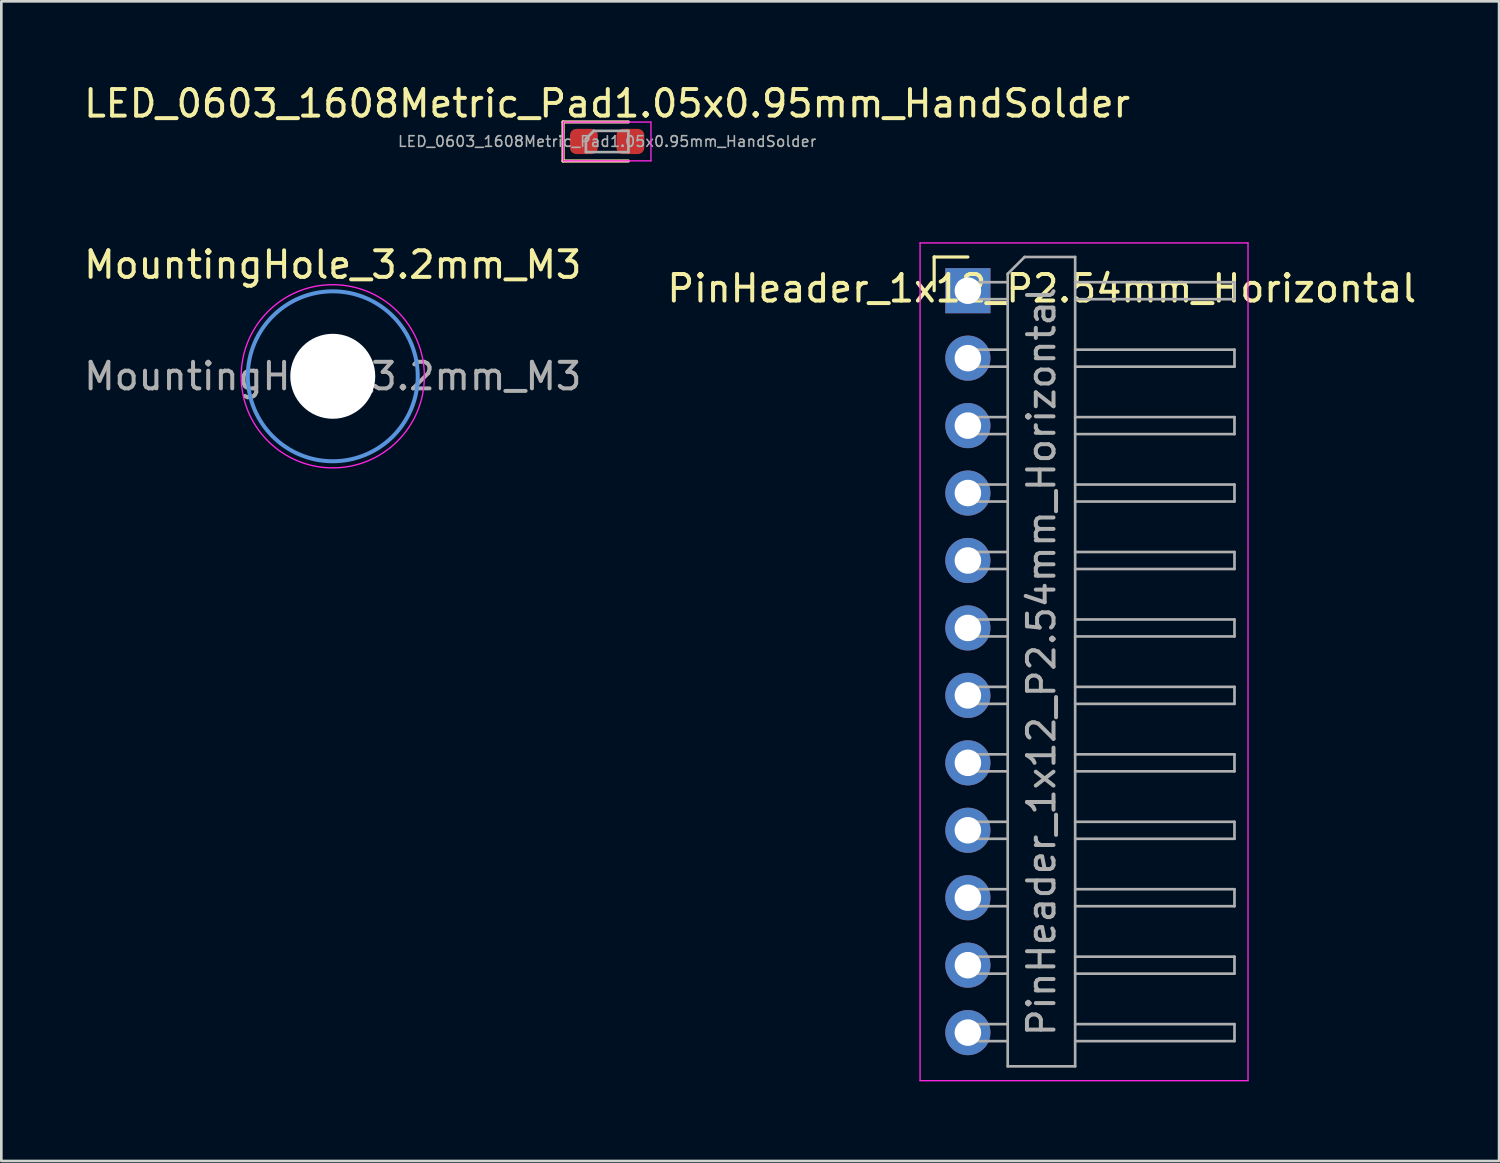
<source format=kicad_pcb>
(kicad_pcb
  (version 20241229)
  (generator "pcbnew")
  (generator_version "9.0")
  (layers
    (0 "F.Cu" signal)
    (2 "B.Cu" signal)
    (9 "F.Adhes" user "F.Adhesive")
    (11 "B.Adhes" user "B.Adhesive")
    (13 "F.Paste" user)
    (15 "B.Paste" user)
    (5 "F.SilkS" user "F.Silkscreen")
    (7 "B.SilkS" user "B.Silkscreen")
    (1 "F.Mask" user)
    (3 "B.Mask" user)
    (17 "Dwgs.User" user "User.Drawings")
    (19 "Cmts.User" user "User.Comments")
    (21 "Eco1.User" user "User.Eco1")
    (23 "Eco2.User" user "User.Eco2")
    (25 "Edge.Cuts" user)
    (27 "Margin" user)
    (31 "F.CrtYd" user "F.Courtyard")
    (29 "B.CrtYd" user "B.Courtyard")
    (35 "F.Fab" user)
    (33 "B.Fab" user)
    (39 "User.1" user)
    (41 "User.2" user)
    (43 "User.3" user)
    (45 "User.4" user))
  (footprint "MountingHole_3.2mm_M3"
    (layer "F.Cu")
    (at 9.482 11.121)
    (property "Reference" "MountingHole_3.2mm_M3" (at 0 -4.2 0) (layer "F.SilkS") (effects (font (size 1 1) (thickness 0.15))))
    (attr exclude_from_pos_files)
    (fp_circle (center 0 0) (end 3.2 0) (stroke (width 0.15) (type solid)) (fill no) (layer "Cmts.User"))
    (fp_circle (center 0 0) (end 3.45 0) (stroke (width 0.05) (type solid)) (fill no) (layer "F.CrtYd"))
    (fp_text user "${REFERENCE}" (at 0 0 0) (layer "F.Fab") (effects (font (size 1 1) (thickness 0.15))))
    (pad "" np_thru_hole circle (at 0 0) (size 3.2 3.2) (drill 3.2) (layers "*.Cu" "*.Mask")))
  (footprint "PinHeader_1x12_P2.54mm_Horizontal"
    (layer "F.Cu")
    (at 33.4 7.898)
    (property "Reference" "PinHeader_1x12_P2.54mm_Horizontal" (at 2.784 -0.084 180) (layer "F.SilkS") (effects (font (size 1 1) (thickness 0.15))))
    (attr through_hole)
    (fp_line (start -1.27 -1.27) (end 0 -1.27) (stroke (width 0.12) (type solid)) (layer "F.SilkS"))
    (fp_line (start -1.27 0) (end -1.27 -1.27) (stroke (width 0.12) (type solid)) (layer "F.SilkS"))
    (fp_line (start -1.8 -1.8) (end -1.8 29.75) (stroke (width 0.05) (type solid)) (layer "F.CrtYd"))
    (fp_line (start -1.8 29.75) (end 10.55 29.75) (stroke (width 0.05) (type solid)) (layer "F.CrtYd"))
    (fp_line (start 10.55 -1.8) (end -1.8 -1.8) (stroke (width 0.05) (type solid)) (layer "F.CrtYd"))
    (fp_line (start 10.55 29.75) (end 10.55 -1.8) (stroke (width 0.05) (type solid)) (layer "F.CrtYd"))
    (fp_line (start -0.32 -0.32) (end -0.32 0.32) (stroke (width 0.1) (type solid)) (layer "F.Fab"))
    (fp_line (start -0.32 -0.32) (end 1.5 -0.32) (stroke (width 0.1) (type solid)) (layer "F.Fab"))
    (fp_line (start -0.32 0.32) (end 1.5 0.32) (stroke (width 0.1) (type solid)) (layer "F.Fab"))
    (fp_line (start -0.32 2.22) (end -0.32 2.86) (stroke (width 0.1) (type solid)) (layer "F.Fab"))
    (fp_line (start -0.32 2.22) (end 1.5 2.22) (stroke (width 0.1) (type solid)) (layer "F.Fab"))
    (fp_line (start -0.32 2.86) (end 1.5 2.86) (stroke (width 0.1) (type solid)) (layer "F.Fab"))
    (fp_line (start -0.32 4.76) (end -0.32 5.4) (stroke (width 0.1) (type solid)) (layer "F.Fab"))
    (fp_line (start -0.32 4.76) (end 1.5 4.76) (stroke (width 0.1) (type solid)) (layer "F.Fab"))
    (fp_line (start -0.32 5.4) (end 1.5 5.4) (stroke (width 0.1) (type solid)) (layer "F.Fab"))
    (fp_line (start -0.32 7.3) (end -0.32 7.94) (stroke (width 0.1) (type solid)) (layer "F.Fab"))
    (fp_line (start -0.32 7.3) (end 1.5 7.3) (stroke (width 0.1) (type solid)) (layer "F.Fab"))
    (fp_line (start -0.32 7.94) (end 1.5 7.94) (stroke (width 0.1) (type solid)) (layer "F.Fab"))
    (fp_line (start -0.32 9.84) (end -0.32 10.48) (stroke (width 0.1) (type solid)) (layer "F.Fab"))
    (fp_line (start -0.32 9.84) (end 1.5 9.84) (stroke (width 0.1) (type solid)) (layer "F.Fab"))
    (fp_line (start -0.32 10.48) (end 1.5 10.48) (stroke (width 0.1) (type solid)) (layer "F.Fab"))
    (fp_line (start -0.32 12.38) (end -0.32 13.02) (stroke (width 0.1) (type solid)) (layer "F.Fab"))
    (fp_line (start -0.32 12.38) (end 1.5 12.38) (stroke (width 0.1) (type solid)) (layer "F.Fab"))
    (fp_line (start -0.32 13.02) (end 1.5 13.02) (stroke (width 0.1) (type solid)) (layer "F.Fab"))
    (fp_line (start -0.32 14.92) (end -0.32 15.56) (stroke (width 0.1) (type solid)) (layer "F.Fab"))
    (fp_line (start -0.32 14.92) (end 1.5 14.92) (stroke (width 0.1) (type solid)) (layer "F.Fab"))
    (fp_line (start -0.32 15.56) (end 1.5 15.56) (stroke (width 0.1) (type solid)) (layer "F.Fab"))
    (fp_line (start -0.32 17.46) (end -0.32 18.1) (stroke (width 0.1) (type solid)) (layer "F.Fab"))
    (fp_line (start -0.32 17.46) (end 1.5 17.46) (stroke (width 0.1) (type solid)) (layer "F.Fab"))
    (fp_line (start -0.32 18.1) (end 1.5 18.1) (stroke (width 0.1) (type solid)) (layer "F.Fab"))
    (fp_line (start -0.32 20) (end -0.32 20.64) (stroke (width 0.1) (type solid)) (layer "F.Fab"))
    (fp_line (start -0.32 20) (end 1.5 20) (stroke (width 0.1) (type solid)) (layer "F.Fab"))
    (fp_line (start -0.32 20.64) (end 1.5 20.64) (stroke (width 0.1) (type solid)) (layer "F.Fab"))
    (fp_line (start -0.32 22.54) (end -0.32 23.18) (stroke (width 0.1) (type solid)) (layer "F.Fab"))
    (fp_line (start -0.32 22.54) (end 1.5 22.54) (stroke (width 0.1) (type solid)) (layer "F.Fab"))
    (fp_line (start -0.32 23.18) (end 1.5 23.18) (stroke (width 0.1) (type solid)) (layer "F.Fab"))
    (fp_line (start -0.32 25.08) (end -0.32 25.72) (stroke (width 0.1) (type solid)) (layer "F.Fab"))
    (fp_line (start -0.32 25.08) (end 1.5 25.08) (stroke (width 0.1) (type solid)) (layer "F.Fab"))
    (fp_line (start -0.32 25.72) (end 1.5 25.72) (stroke (width 0.1) (type solid)) (layer "F.Fab"))
    (fp_line (start -0.32 27.62) (end -0.32 28.26) (stroke (width 0.1) (type solid)) (layer "F.Fab"))
    (fp_line (start -0.32 27.62) (end 1.5 27.62) (stroke (width 0.1) (type solid)) (layer "F.Fab"))
    (fp_line (start -0.32 28.26) (end 1.5 28.26) (stroke (width 0.1) (type solid)) (layer "F.Fab"))
    (fp_line (start 1.5 -0.635) (end 2.135 -1.27) (stroke (width 0.1) (type solid)) (layer "F.Fab"))
    (fp_line (start 1.5 29.21) (end 1.5 -0.635) (stroke (width 0.1) (type solid)) (layer "F.Fab"))
    (fp_line (start 2.135 -1.27) (end 4.04 -1.27) (stroke (width 0.1) (type solid)) (layer "F.Fab"))
    (fp_line (start 4.04 -1.27) (end 4.04 29.21) (stroke (width 0.1) (type solid)) (layer "F.Fab"))
    (fp_line (start 4.04 -0.32) (end 10.04 -0.32) (stroke (width 0.1) (type solid)) (layer "F.Fab"))
    (fp_line (start 4.04 0.32) (end 10.04 0.32) (stroke (width 0.1) (type solid)) (layer "F.Fab"))
    (fp_line (start 4.04 2.22) (end 10.04 2.22) (stroke (width 0.1) (type solid)) (layer "F.Fab"))
    (fp_line (start 4.04 2.86) (end 10.04 2.86) (stroke (width 0.1) (type solid)) (layer "F.Fab"))
    (fp_line (start 4.04 4.76) (end 10.04 4.76) (stroke (width 0.1) (type solid)) (layer "F.Fab"))
    (fp_line (start 4.04 5.4) (end 10.04 5.4) (stroke (width 0.1) (type solid)) (layer "F.Fab"))
    (fp_line (start 4.04 7.3) (end 10.04 7.3) (stroke (width 0.1) (type solid)) (layer "F.Fab"))
    (fp_line (start 4.04 7.94) (end 10.04 7.94) (stroke (width 0.1) (type solid)) (layer "F.Fab"))
    (fp_line (start 4.04 9.84) (end 10.04 9.84) (stroke (width 0.1) (type solid)) (layer "F.Fab"))
    (fp_line (start 4.04 10.48) (end 10.04 10.48) (stroke (width 0.1) (type solid)) (layer "F.Fab"))
    (fp_line (start 4.04 12.38) (end 10.04 12.38) (stroke (width 0.1) (type solid)) (layer "F.Fab"))
    (fp_line (start 4.04 13.02) (end 10.04 13.02) (stroke (width 0.1) (type solid)) (layer "F.Fab"))
    (fp_line (start 4.04 14.92) (end 10.04 14.92) (stroke (width 0.1) (type solid)) (layer "F.Fab"))
    (fp_line (start 4.04 15.56) (end 10.04 15.56) (stroke (width 0.1) (type solid)) (layer "F.Fab"))
    (fp_line (start 4.04 17.46) (end 10.04 17.46) (stroke (width 0.1) (type solid)) (layer "F.Fab"))
    (fp_line (start 4.04 18.1) (end 10.04 18.1) (stroke (width 0.1) (type solid)) (layer "F.Fab"))
    (fp_line (start 4.04 20) (end 10.04 20) (stroke (width 0.1) (type solid)) (layer "F.Fab"))
    (fp_line (start 4.04 20.64) (end 10.04 20.64) (stroke (width 0.1) (type solid)) (layer "F.Fab"))
    (fp_line (start 4.04 22.54) (end 10.04 22.54) (stroke (width 0.1) (type solid)) (layer "F.Fab"))
    (fp_line (start 4.04 23.18) (end 10.04 23.18) (stroke (width 0.1) (type solid)) (layer "F.Fab"))
    (fp_line (start 4.04 25.08) (end 10.04 25.08) (stroke (width 0.1) (type solid)) (layer "F.Fab"))
    (fp_line (start 4.04 25.72) (end 10.04 25.72) (stroke (width 0.1) (type solid)) (layer "F.Fab"))
    (fp_line (start 4.04 27.62) (end 10.04 27.62) (stroke (width 0.1) (type solid)) (layer "F.Fab"))
    (fp_line (start 4.04 28.26) (end 10.04 28.26) (stroke (width 0.1) (type solid)) (layer "F.Fab"))
    (fp_line (start 4.04 29.21) (end 1.5 29.21) (stroke (width 0.1) (type solid)) (layer "F.Fab"))
    (fp_line (start 10.04 -0.32) (end 10.04 0.32) (stroke (width 0.1) (type solid)) (layer "F.Fab"))
    (fp_line (start 10.04 2.22) (end 10.04 2.86) (stroke (width 0.1) (type solid)) (layer "F.Fab"))
    (fp_line (start 10.04 4.76) (end 10.04 5.4) (stroke (width 0.1) (type solid)) (layer "F.Fab"))
    (fp_line (start 10.04 7.3) (end 10.04 7.94) (stroke (width 0.1) (type solid)) (layer "F.Fab"))
    (fp_line (start 10.04 9.84) (end 10.04 10.48) (stroke (width 0.1) (type solid)) (layer "F.Fab"))
    (fp_line (start 10.04 12.38) (end 10.04 13.02) (stroke (width 0.1) (type solid)) (layer "F.Fab"))
    (fp_line (start 10.04 14.92) (end 10.04 15.56) (stroke (width 0.1) (type solid)) (layer "F.Fab"))
    (fp_line (start 10.04 17.46) (end 10.04 18.1) (stroke (width 0.1) (type solid)) (layer "F.Fab"))
    (fp_line (start 10.04 20) (end 10.04 20.64) (stroke (width 0.1) (type solid)) (layer "F.Fab"))
    (fp_line (start 10.04 22.54) (end 10.04 23.18) (stroke (width 0.1) (type solid)) (layer "F.Fab"))
    (fp_line (start 10.04 25.08) (end 10.04 25.72) (stroke (width 0.1) (type solid)) (layer "F.Fab"))
    (fp_line (start 10.04 27.62) (end 10.04 28.26) (stroke (width 0.1) (type solid)) (layer "F.Fab"))
    (fp_text user "${REFERENCE}" (at 2.77 13.97 90) (layer "F.Fab") (effects (font (size 1 1) (thickness 0.15))))
    (pad "1" thru_hole rect (at 0 0) (size 1.7 1.7) (drill 1) (layers "*.Cu" "*.Mask"))
    (pad "2" thru_hole oval (at 0 2.54) (size 1.7 1.7) (drill 1) (layers "*.Cu" "*.Mask"))
    (pad "3" thru_hole oval (at 0 5.08) (size 1.7 1.7) (drill 1) (layers "*.Cu" "*.Mask"))
    (pad "4" thru_hole oval (at 0 7.62) (size 1.7 1.7) (drill 1) (layers "*.Cu" "*.Mask"))
    (pad "5" thru_hole oval (at 0 10.16) (size 1.7 1.7) (drill 1) (layers "*.Cu" "*.Mask"))
    (pad "6" thru_hole oval (at 0 12.7) (size 1.7 1.7) (drill 1) (layers "*.Cu" "*.Mask"))
    (pad "7" thru_hole oval (at 0 15.24) (size 1.7 1.7) (drill 1) (layers "*.Cu" "*.Mask"))
    (pad "8" thru_hole oval (at 0 17.78) (size 1.7 1.7) (drill 1) (layers "*.Cu" "*.Mask"))
    (pad "9" thru_hole oval (at 0 20.32) (size 1.7 1.7) (drill 1) (layers "*.Cu" "*.Mask"))
    (pad "10" thru_hole oval (at 0 22.86) (size 1.7 1.7) (drill 1) (layers "*.Cu" "*.Mask"))
    (pad "11" thru_hole oval (at 0 25.4) (size 1.7 1.7) (drill 1) (layers "*.Cu" "*.Mask"))
    (pad "12" thru_hole oval (at 0 27.94) (size 1.7 1.7) (drill 1) (layers "*.Cu" "*.Mask")))
  (footprint "LED_0603_1608Metric_Pad1.05x0.95mm_HandSolder"
    (layer "F.Cu")
    (at 19.815 2.278)
    (property "Reference" "LED_0603_1608Metric_Pad1.05x0.95mm_HandSolder" (at 0 -1.43 180) (layer "F.SilkS") (effects (font (size 1 1) (thickness 0.15))))
    (attr smd)
    (fp_line (start -1.66 -0.735) (end -1.66 0.735) (stroke (width 0.12) (type solid)) (layer "F.SilkS"))
    (fp_line (start -1.66 0.735) (end 0.8 0.735) (stroke (width 0.12) (type solid)) (layer "F.SilkS"))
    (fp_line (start 0.8 -0.735) (end -1.66 -0.735) (stroke (width 0.12) (type solid)) (layer "F.SilkS"))
    (fp_line (start -1.65 -0.73) (end 1.65 -0.73) (stroke (width 0.05) (type solid)) (layer "F.CrtYd"))
    (fp_line (start -1.65 0.73) (end -1.65 -0.73) (stroke (width 0.05) (type solid)) (layer "F.CrtYd"))
    (fp_line (start 1.65 -0.73) (end 1.65 0.73) (stroke (width 0.05) (type solid)) (layer "F.CrtYd"))
    (fp_line (start 1.65 0.73) (end -1.65 0.73) (stroke (width 0.05) (type solid)) (layer "F.CrtYd"))
    (fp_line (start -0.8 -0.1) (end -0.8 0.4) (stroke (width 0.1) (type solid)) (layer "F.Fab"))
    (fp_line (start -0.8 0.4) (end 0.8 0.4) (stroke (width 0.1) (type solid)) (layer "F.Fab"))
    (fp_line (start -0.5 -0.4) (end -0.8 -0.1) (stroke (width 0.1) (type solid)) (layer "F.Fab"))
    (fp_line (start 0.8 -0.4) (end -0.5 -0.4) (stroke (width 0.1) (type solid)) (layer "F.Fab"))
    (fp_line (start 0.8 0.4) (end 0.8 -0.4) (stroke (width 0.1) (type solid)) (layer "F.Fab"))
    (fp_text user "${REFERENCE}" (at 0 0 180) (layer "F.Fab") (effects (font (size 0.4 0.4) (thickness 0.06))))
    (pad "1" smd roundrect (at -0.875 0) (size 1.05 0.95) (layers "F.Cu" "F.Mask" "F.Paste") (roundrect_rratio 0.25))
    (pad "2" smd roundrect (at 0.875 0) (size 1.05 0.95) (layers "F.Cu" "F.Mask" "F.Paste") (roundrect_rratio 0.25)))
  (gr_rect
    (start -3 -3)
    (end 53.405 40.673)
    (stroke (width 0.1) (type default))
    (fill no)
    (layer "Edge.Cuts")))
</source>
